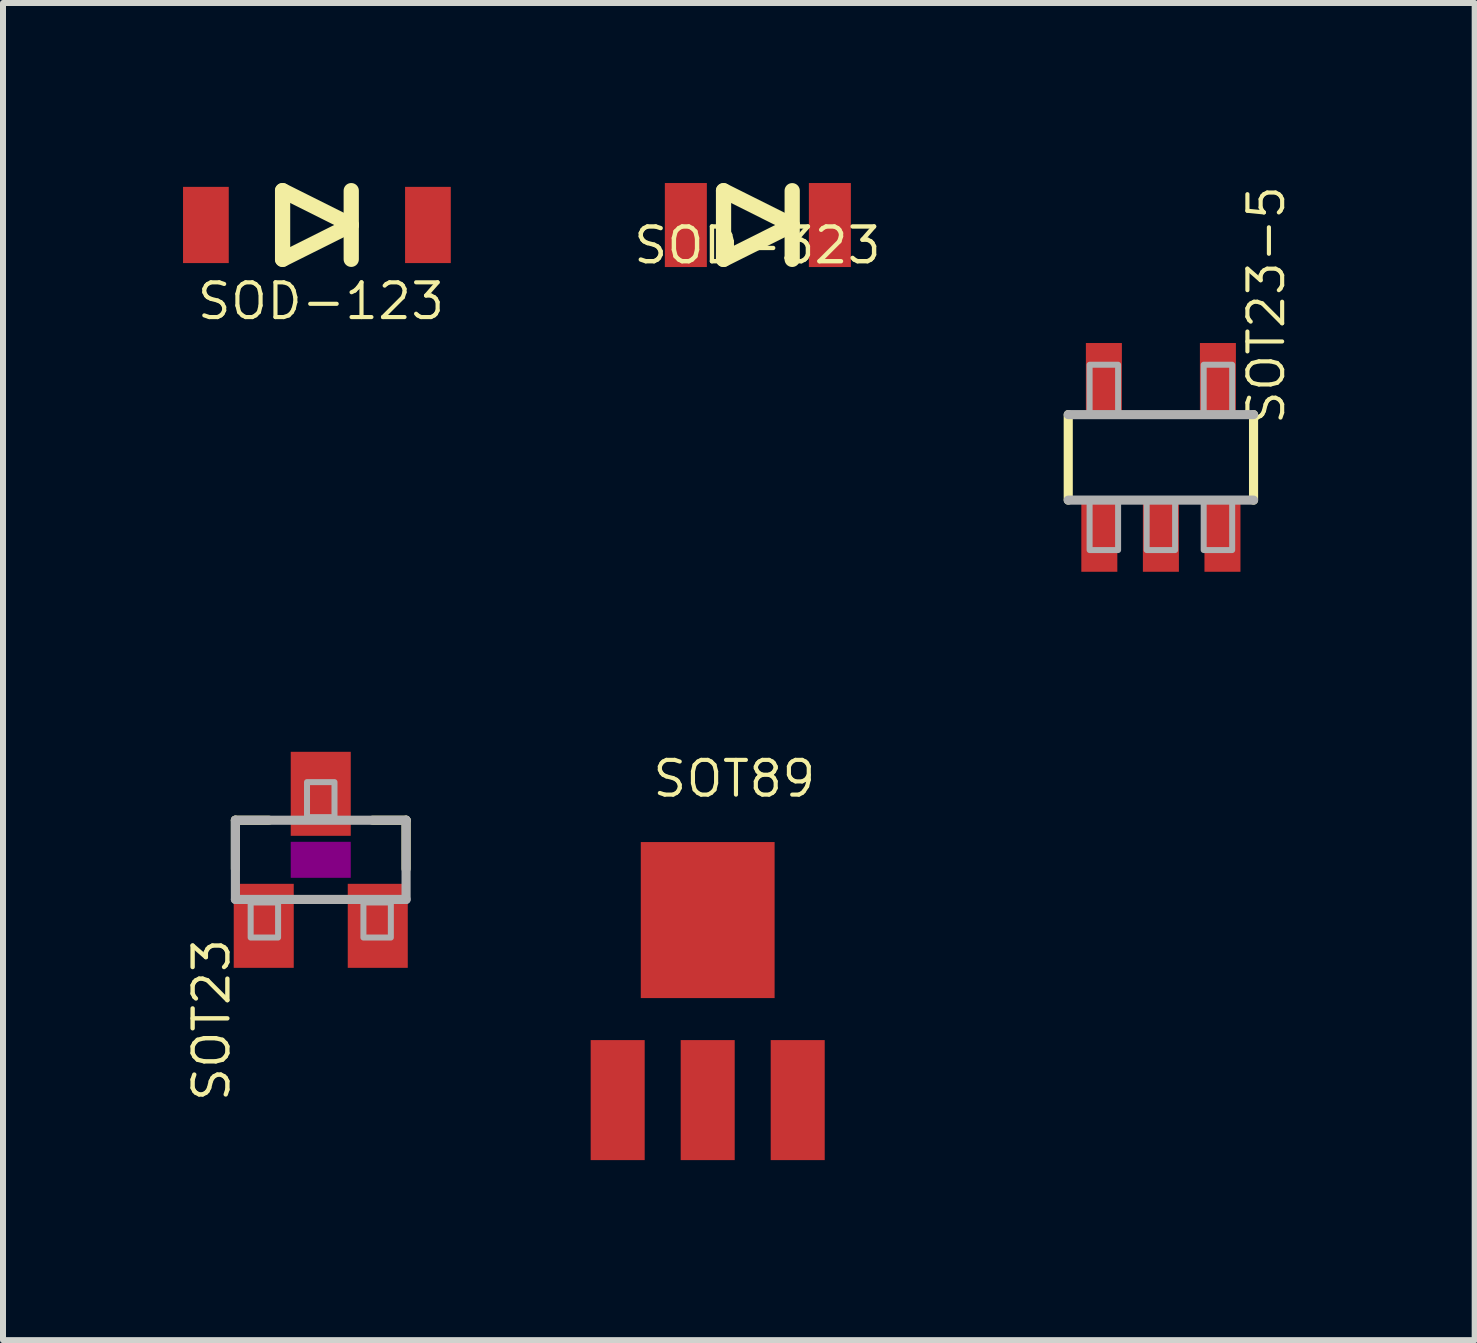
<source format=kicad_pcb>
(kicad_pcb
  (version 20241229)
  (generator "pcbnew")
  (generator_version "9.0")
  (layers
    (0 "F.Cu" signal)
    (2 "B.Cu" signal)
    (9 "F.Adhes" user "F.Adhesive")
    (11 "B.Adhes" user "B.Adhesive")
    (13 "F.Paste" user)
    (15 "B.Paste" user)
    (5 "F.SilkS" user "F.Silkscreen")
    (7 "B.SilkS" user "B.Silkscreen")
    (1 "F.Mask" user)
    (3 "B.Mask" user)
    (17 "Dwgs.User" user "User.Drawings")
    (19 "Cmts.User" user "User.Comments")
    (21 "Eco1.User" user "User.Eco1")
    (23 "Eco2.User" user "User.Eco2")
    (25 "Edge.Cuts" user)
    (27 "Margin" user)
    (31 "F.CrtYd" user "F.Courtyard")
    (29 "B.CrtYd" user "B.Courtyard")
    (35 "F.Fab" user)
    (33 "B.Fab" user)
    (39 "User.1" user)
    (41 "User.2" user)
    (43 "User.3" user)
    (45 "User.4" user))
  (footprint "SOT89"
    (layer "F.Cu")
    (at 8.743 15.282)
    (property "Reference" "SOT89" (at -0.953 -5.016 180) (layer "F.SilkS") (effects (font (size 0.579 0.579) (thickness 0.069)) (justify left bottom)))
    (attr through_hole)
    (pad "1" smd rect (at -1.5 0 90) (size 2 0.9) (layers "F.Cu" "F.Mask" "F.Paste"))
    (pad "2" smd rect (at 0 0 90) (size 2 0.9) (layers "F.Cu" "F.Mask" "F.Paste"))
    (pad "2B" smd rect (at 0 -3 90) (size 2.6 2.23) (layers "F.Cu" "F.Mask" "F.Paste"))
    (pad "3" smd rect (at 1.5 0 90) (size 2 0.9) (layers "F.Cu" "F.Mask" "F.Paste")))
  (footprint "SOD-123"
    (layer "F.Cu")
    (at 2.231 0.699)
    (property "Reference" "SOD-123" (at -2.032 1.27 0) (layer "F.SilkS") (effects (font (size 0.579 0.579) (thickness 0.069)) (justify left)))
    (attr through_hole)
    (fp_line (start -0.572 -0.572) (end -0.572 0.572) (stroke (width 0.254) (type solid)) (layer "F.SilkS"))
    (fp_line (start -0.572 -0.572) (end 0.572 0) (stroke (width 0.254) (type solid)) (layer "F.SilkS"))
    (fp_line (start 0.572 -0.572) (end 0.572 0.572) (stroke (width 0.254) (type solid)) (layer "F.SilkS"))
    (fp_line (start 0.572 0) (end -0.572 -0.572) (stroke (width 0.127) (type solid)) (layer "F.SilkS"))
    (fp_line (start 0.572 0) (end -0.572 0.572) (stroke (width 0.254) (type solid)) (layer "F.SilkS"))
    (pad "A" smd rect (at -1.85 0) (size 0.762 1.27) (layers "F.Cu" "F.Mask" "F.Paste"))
    (pad "K" smd rect (at 1.85 0) (size 0.762 1.27) (layers "F.Cu" "F.Mask" "F.Paste")))
  (footprint "SOT23"
    (layer "F.Cu")
    (at 2.295 11.278)
    (property "Reference" "SOT23" (at -2.159 1.27 90) (layer "F.SilkS") (effects (font (size 0.579 0.579) (thickness 0.073)) (justify right top)))
    (attr through_hole)
    (fp_line (start -1.422 -0.66) (end -0.864 -0.66) (stroke (width 0.152) (type solid)) (layer "F.SilkS"))
    (fp_line (start -1.422 0.152) (end -1.422 -0.66) (stroke (width 0.152) (type solid)) (layer "F.SilkS"))
    (fp_line (start 0.864 -0.66) (end 1.422 -0.66) (stroke (width 0.152) (type solid)) (layer "F.SilkS"))
    (fp_line (start 1.422 -0.66) (end 1.422 0.152) (stroke (width 0.152) (type solid)) (layer "F.SilkS"))
    (fp_poly (pts (xy -0.5 0.3) (xy 0.5 0.3) (xy 0.5 -0.3) (xy -0.5 -0.3)) (stroke (width 0) (type solid)) (fill yes) (layer "F.Adhes"))
    (fp_line (start -1.422 -0.66) (end 1.422 -0.66) (stroke (width 0.152) (type solid)) (layer "F.Fab"))
    (fp_line (start -1.422 0.66) (end -1.422 -0.66) (stroke (width 0.152) (type solid)) (layer "F.Fab"))
    (fp_line (start 1.422 -0.66) (end 1.422 0.66) (stroke (width 0.152) (type solid)) (layer "F.Fab"))
    (fp_line (start 1.422 0.66) (end -1.422 0.66) (stroke (width 0.152) (type solid)) (layer "F.Fab"))
    (fp_poly (pts (xy -1.168 1.295) (xy -0.711 1.295) (xy -0.711 0.711) (xy -1.168 0.711)) (stroke (width 0.1) (type solid)) (fill no) (layer "F.Fab"))
    (fp_poly (pts (xy -0.229 -0.711) (xy 0.229 -0.711) (xy 0.229 -1.295) (xy -0.229 -1.295)) (stroke (width 0.1) (type solid)) (fill no) (layer "F.Fab"))
    (fp_poly (pts (xy 0.711 1.295) (xy 1.168 1.295) (xy 1.168 0.711) (xy 0.711 0.711)) (stroke (width 0.1) (type solid)) (fill no) (layer "F.Fab"))
    (pad "1" smd rect (at -0.95 1.1) (size 1 1.4) (layers "F.Cu" "F.Mask" "F.Paste"))
    (pad "2" smd rect (at 0.95 1.1) (size 1 1.4) (layers "F.Cu" "F.Mask" "F.Paste"))
    (pad "3" smd rect (at 0 -1.1) (size 1 1.4) (layers "F.Cu" "F.Mask" "F.Paste")))
  (footprint "SOD-323"
    (layer "F.Cu")
    (at 9.579 0.7)
    (property "Reference" "SOD-323" (at 2.095 0 0) (layer "F.SilkS") (effects (font (size 0.579 0.579) (thickness 0.073)) (justify right top)))
    (attr through_hole)
    (fp_line (start -0.572 -0.572) (end -0.572 0.572) (stroke (width 0.254) (type solid)) (layer "F.SilkS"))
    (fp_line (start -0.572 -0.572) (end 0.572 0) (stroke (width 0.254) (type solid)) (layer "F.SilkS"))
    (fp_line (start 0.572 -0.572) (end 0.572 0.572) (stroke (width 0.254) (type solid)) (layer "F.SilkS"))
    (fp_line (start 0.572 0) (end -0.572 -0.572) (stroke (width 0.127) (type solid)) (layer "F.SilkS"))
    (fp_line (start 0.572 0) (end -0.572 0.572) (stroke (width 0.254) (type solid)) (layer "F.SilkS"))
    (pad "A" smd rect (at -1.2 0) (size 0.7 1.4) (layers "F.Cu" "F.Mask" "F.Paste"))
    (pad "K" smd rect (at 1.2 0) (size 0.7 1.4) (layers "F.Cu" "F.Mask" "F.Paste")))
  (footprint "SOT23-5"
    (layer "F.Cu")
    (at 16.295 4.572)
    (property "Reference" "SOT23-5" (at 2.095 -0.508 90) (layer "F.SilkS") (effects (font (size 0.579 0.579) (thickness 0.069)) (justify left bottom)))
    (attr through_hole)
    (fp_line (start -1.544 0.712) (end -1.544 -0.713) (stroke (width 0.152) (type solid)) (layer "F.SilkS"))
    (fp_line (start 1.544 -0.713) (end 1.544 0.712) (stroke (width 0.152) (type solid)) (layer "F.SilkS"))
    (fp_line (start -1.544 -0.713) (end 1.544 -0.713) (stroke (width 0.152) (type solid)) (layer "F.Fab"))
    (fp_line (start 1.544 0.712) (end -1.544 0.712) (stroke (width 0.152) (type solid)) (layer "F.Fab"))
    (fp_poly (pts (xy -1.188 -0.713) (xy -0.713 -0.713) (xy -0.713 -1.544) (xy -1.188 -1.544)) (stroke (width 0.1) (type solid)) (fill no) (layer "F.Fab"))
    (fp_poly (pts (xy -1.188 1.544) (xy -0.713 1.544) (xy -0.713 0.712) (xy -1.188 0.712)) (stroke (width 0.1) (type solid)) (fill no) (layer "F.Fab"))
    (fp_poly (pts (xy -0.237 1.544) (xy 0.237 1.544) (xy 0.237 0.712) (xy -0.237 0.712)) (stroke (width 0.1) (type solid)) (fill no) (layer "F.Fab"))
    (fp_poly (pts (xy 0.713 -0.713) (xy 1.188 -0.713) (xy 1.188 -1.544) (xy 0.713 -1.544)) (stroke (width 0.1) (type solid)) (fill no) (layer "F.Fab"))
    (fp_poly (pts (xy 0.713 1.544) (xy 1.188 1.544) (xy 1.188 0.712) (xy 0.713 0.712)) (stroke (width 0.1) (type solid)) (fill no) (layer "F.Fab"))
    (pad "1" smd rect (at -1.026 1.306) (size 0.6 1.2) (layers "F.Cu" "F.Mask" "F.Paste"))
    (pad "2" smd rect (at 0 1.306) (size 0.6 1.2) (layers "F.Cu" "F.Mask" "F.Paste"))
    (pad "3" smd rect (at 1.026 1.306) (size 0.6 1.2) (layers "F.Cu" "F.Mask" "F.Paste"))
    (pad "4" smd rect (at 0.95 -1.306) (size 0.6 1.2) (layers "F.Cu" "F.Mask" "F.Paste"))
    (pad "5" smd rect (at -0.95 -1.306) (size 0.6 1.2) (layers "F.Cu" "F.Mask" "F.Paste")))
  (gr_rect
    (start -3 -3)
    (end 21.524 19.282)
    (stroke (width 0.1) (type default))
    (fill no)
    (layer "Edge.Cuts")))
</source>
